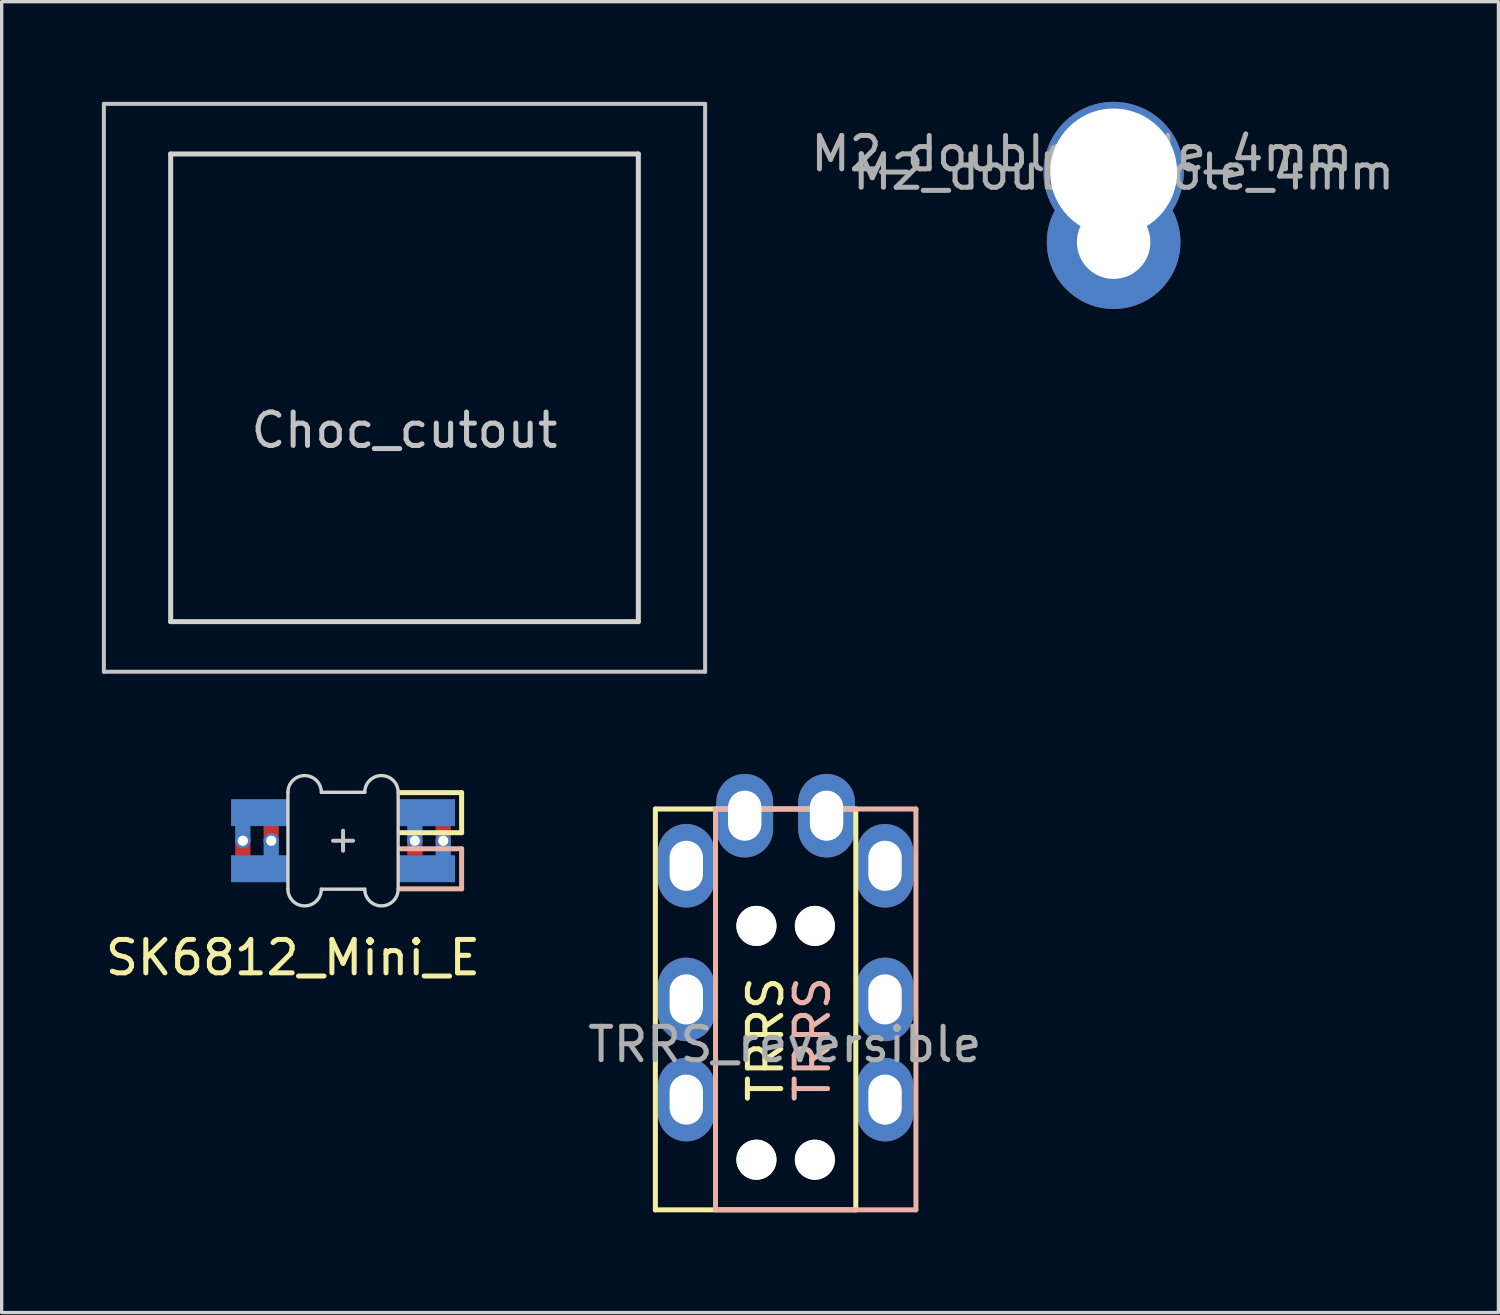
<source format=kicad_pcb>
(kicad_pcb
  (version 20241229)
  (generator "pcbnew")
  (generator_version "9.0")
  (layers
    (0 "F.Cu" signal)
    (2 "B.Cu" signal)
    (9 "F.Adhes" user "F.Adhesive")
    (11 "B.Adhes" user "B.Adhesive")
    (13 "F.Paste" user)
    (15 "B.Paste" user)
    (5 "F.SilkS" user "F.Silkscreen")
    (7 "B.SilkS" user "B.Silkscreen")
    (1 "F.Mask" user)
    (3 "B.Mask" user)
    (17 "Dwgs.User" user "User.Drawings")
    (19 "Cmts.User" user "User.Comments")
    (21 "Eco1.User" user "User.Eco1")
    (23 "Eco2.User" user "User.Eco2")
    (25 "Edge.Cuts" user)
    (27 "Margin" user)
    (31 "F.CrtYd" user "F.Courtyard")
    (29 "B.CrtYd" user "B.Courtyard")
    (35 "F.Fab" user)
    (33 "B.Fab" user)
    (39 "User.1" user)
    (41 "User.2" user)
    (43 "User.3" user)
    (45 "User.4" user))
  (footprint "Choc_cutout"
    (layer "F.Cu")
    (at 9.06 8.56)
    (property "Reference" "Choc_cutout" (at 0 1.27 0) (layer "Dwgs.User") (effects (font (size 1 1) (thickness 0.15))))
    (attr through_hole)
    (fp_line (start -9 -8.5) (end 9 -8.5) (stroke (width 0.12) (type solid)) (layer "Dwgs.User"))
    (fp_line (start -9 8.5) (end -9 -8.5) (stroke (width 0.12) (type solid)) (layer "Dwgs.User"))
    (fp_line (start 9 -8.5) (end 9 8.5) (stroke (width 0.12) (type solid)) (layer "Dwgs.User"))
    (fp_line (start 9 8.5) (end -9 8.5) (stroke (width 0.12) (type solid)) (layer "Dwgs.User"))
    (fp_line (start -7 -7) (end 7 -7) (stroke (width 0.15) (type solid)) (layer "Edge.Cuts"))
    (fp_line (start -7 7) (end -7 -7) (stroke (width 0.15) (type solid)) (layer "Edge.Cuts"))
    (fp_line (start -7 7) (end 7 7) (stroke (width 0.15) (type solid)) (layer "Edge.Cuts"))
    (fp_line (start 7 7) (end 7 -7) (stroke (width 0.15) (type solid)) (layer "Edge.Cuts")))
  (footprint "SK6812_Mini_E"
    (layer "F.Cu")
    (at 7.22 22.12)
    (property "Reference" "SK6812_Mini_E" (at -1.5 3.5 180) (layer "F.SilkS") (effects (font (size 1 1) (thickness 0.15))))
    (attr through_hole)
    (fp_poly (pts (xy -3.3 -1.19) (xy -1.7 -1.19) (xy -1.7 -0.49) (xy -3.3 -0.49)) (stroke (width 0.1) (type solid)) (fill yes) (layer "F.Mask"))
    (fp_poly (pts (xy -3.3 0.49) (xy -1.7 0.49) (xy -1.7 1.19) (xy -3.3 1.19)) (stroke (width 0.1) (type solid)) (fill yes) (layer "F.Mask"))
    (fp_poly (pts (xy 1.7 0.49) (xy 3.3 0.49) (xy 3.3 1.19) (xy 1.7 1.19)) (stroke (width 0.1) (type solid)) (fill yes) (layer "F.Mask"))
    (fp_poly (pts (xy 1.7 -1.19) (xy 3.05 -1.19) (xy 3.3 -0.94) (xy 3.3 -0.49) (xy 1.7 -0.49)) (stroke (width 0.1) (type solid)) (fill yes) (layer "F.Mask"))
    (fp_poly (pts (xy -3.3 -1.19) (xy -1.7 -1.19) (xy -1.7 -0.49) (xy -3.3 -0.49)) (stroke (width 0.1) (type solid)) (fill yes) (layer "B.Mask"))
    (fp_poly (pts (xy -3.3 0.49) (xy -1.7 0.49) (xy -1.7 1.19) (xy -3.3 1.19)) (stroke (width 0.1) (type solid)) (fill yes) (layer "B.Mask"))
    (fp_poly (pts (xy 1.7 -1.19) (xy 3.3 -1.19) (xy 3.3 -0.49) (xy 1.7 -0.49)) (stroke (width 0.1) (type solid)) (fill yes) (layer "B.Mask"))
    (fp_poly (pts (xy 1.7 0.49) (xy 3.3 0.49) (xy 3.3 0.94) (xy 3.05 1.19) (xy 1.7 1.19)) (stroke (width 0.1) (type solid)) (fill yes) (layer "B.Mask"))
    (fp_line (start 3.55 -1.44) (end 1.7 -1.44) (stroke (width 0.15) (type solid)) (layer "F.SilkS"))
    (fp_line (start 3.55 -0.24) (end 1.7 -0.24) (stroke (width 0.15) (type solid)) (layer "F.SilkS"))
    (fp_line (start 3.55 -0.24) (end 3.55 -1.44) (stroke (width 0.15) (type solid)) (layer "F.SilkS"))
    (fp_line (start 1.7 0.24) (end 3.55 0.24) (stroke (width 0.15) (type solid)) (layer "B.SilkS"))
    (fp_line (start 1.7 1.44) (end 3.55 1.44) (stroke (width 0.15) (type solid)) (layer "B.SilkS"))
    (fp_line (start 3.55 1.44) (end 3.55 0.24) (stroke (width 0.15) (type solid)) (layer "B.SilkS"))
    (fp_line (start -0.3 0) (end 0.3 0) (stroke (width 0.12) (type solid)) (layer "Dwgs.User"))
    (fp_line (start 0 0.3) (end 0 -0.3) (stroke (width 0.12) (type solid)) (layer "Dwgs.User"))
    (fp_line (start -1.65 -1.45) (end -1.65 1.45) (stroke (width 0.1) (type solid)) (layer "Edge.Cuts"))
    (fp_line (start -0.65 -1.45) (end 0.65 -1.45) (stroke (width 0.1) (type solid)) (layer "Edge.Cuts"))
    (fp_line (start -0.65 1.45) (end 0.65 1.45) (stroke (width 0.1) (type solid)) (layer "Edge.Cuts"))
    (fp_line (start 1.65 1.45) (end 1.65 -1.45) (stroke (width 0.1) (type solid)) (layer "Edge.Cuts"))
    (fp_arc (start -1.65 -1.45) (mid -1.15 -1.95) (end -0.65 -1.45) (stroke (width 0.1) (type solid)) (layer "Edge.Cuts"))
    (fp_arc (start -0.65 1.45) (mid -1.15 1.95) (end -1.65 1.45) (stroke (width 0.1) (type solid)) (layer "Edge.Cuts"))
    (fp_arc (start 0.65 -1.45) (mid 1.15 -1.95) (end 1.65 -1.45) (stroke (width 0.1) (type solid)) (layer "Edge.Cuts"))
    (fp_arc (start 1.65 1.45) (mid 1.15 1.95) (end 0.65 1.45) (stroke (width 0.1) (type solid)) (layer "Edge.Cuts"))
    (pad "1" thru_hole circle (at -3 0 180) (size 0.457 0.457) (drill 0.305) (layers "*.Cu"))
    (pad "1" smd custom (at -2.5 -0.84) (size 1.7 0.8) (layers "B.Cu") (options (anchor rect)) (primitives (gr_poly (pts (xy -0.322 0.855) (xy -0.678 0.855) (xy -0.678 0.284) (xy -0.322 0.284)) (width 0.1) (fill yes))))
    (pad "1" smd custom (at -2.5 0.84) (size 1.7 0.8) (layers "F.Cu") (options (anchor rect)) (primitives (gr_poly (pts (xy -0.322 -0.232) (xy -0.678 -0.232) (xy -0.678 -0.855) (xy -0.322 -0.855)) (width 0.1) (fill yes))))
    (pad "2" smd custom (at -2.5 -0.84 180) (size 1.7 0.8) (layers "F.Cu") (options (anchor rect)) (primitives (gr_poly (pts (xy -0.172 -0.282) (xy -0.527 -0.282) (xy -0.527 -0.855) (xy -0.172 -0.855)) (width 0.1) (fill yes))))
    (pad "2" smd custom (at -2.5 0.84 180) (size 1.7 0.8) (layers "B.Cu") (options (anchor rect)) (primitives (gr_poly (pts (xy -0.172 0.855) (xy -0.527 0.855) (xy -0.527 0.292) (xy -0.172 0.292)) (width 0.1) (fill yes))))
    (pad "2" thru_hole circle (at -2.15 0 180) (size 0.457 0.457) (drill 0.305) (layers "*.Cu"))
    (pad "3" smd custom (at 2.5 -0.84 180) (size 1.7 0.8) (layers "F.Cu") (options (anchor rect)) (primitives (gr_poly (pts (xy -0.322 -0.322) (xy -0.678 -0.322) (xy -0.678 -0.855) (xy -0.322 -0.855)) (width 0.1) (fill yes))))
    (pad "3" smd custom (at 2.5 0.84 180) (size 1.7 0.8) (layers "B.Cu") (options (anchor rect)) (primitives (gr_poly (pts (xy -0.322 0.855) (xy -0.678 0.855) (xy -0.678 0.144) (xy -0.322 0.144)) (width 0.1) (fill yes))))
    (pad "3" thru_hole circle (at 3 0 180) (size 0.457 0.457) (drill 0.305) (layers "*.Cu"))
    (pad "4" thru_hole circle (at 2.15 0 180) (size 0.457 0.457) (drill 0.305) (layers "*.Cu"))
    (pad "4" smd custom (at 2.5 -0.84) (size 1.7 0.8) (layers "B.Cu") (options (anchor rect)) (primitives (gr_poly (pts (xy -0.172 0.855) (xy -0.528 0.855) (xy -0.528 0.144) (xy -0.172 0.144)) (width 0.1) (fill yes))))
    (pad "4" smd custom (at 2.5 0.84) (size 1.7 0.8) (layers "F.Cu") (options (anchor rect)) (primitives (gr_poly (pts (xy -0.172 -0.127) (xy -0.528 -0.13) (xy -0.528 -0.855) (xy -0.172 -0.858)) (width 0.1) (fill yes)))))
  (footprint "TRRS_reversible"
    (layer "F.Cu")
    (at 20.471 26.82)
    (property "Reference" "TRRS_reversible" (at -0.025 1.4 0) (layer "F.Fab") (effects (font (size 1 1) (thickness 0.15))))
    (fp_line (start -3.9 -5.65) (end 2.1 -5.65) (stroke (width 0.15) (type solid)) (layer "F.SilkS"))
    (fp_line (start -3.9 6.35) (end -3.9 -5.65) (stroke (width 0.15) (type solid)) (layer "F.SilkS"))
    (fp_line (start 2.1 -5.65) (end 2.1 6.35) (stroke (width 0.15) (type solid)) (layer "F.SilkS"))
    (fp_line (start 2.1 6.35) (end -3.9 6.35) (stroke (width 0.15) (type solid)) (layer "F.SilkS"))
    (fp_line (start -2.1 -5.65) (end 3.9 -5.65) (stroke (width 0.15) (type solid)) (layer "B.SilkS"))
    (fp_line (start -2.1 6.35) (end -2.1 -5.65) (stroke (width 0.15) (type solid)) (layer "B.SilkS"))
    (fp_line (start 3.9 -5.65) (end 3.9 6.35) (stroke (width 0.15) (type solid)) (layer "B.SilkS"))
    (fp_line (start 3.9 6.35) (end -2.1 6.35) (stroke (width 0.15) (type solid)) (layer "B.SilkS"))
    (fp_text user "TRRS" (at -0.6 3.2 90) (layer "F.SilkS") (effects (font (size 1 1) (thickness 0.15)) (justify left)))
    (fp_text user "TRRS" (at 0.8 3.2 270) (layer "B.SilkS") (effects (font (size 1 1) (thickness 0.15)) (justify left)))
    (pad "" np_thru_hole circle (at -0.875 -2.15 180) (size 1.2 1.2) (drill 1.2) (layers "*.Cu" "*.Mask" "F.SilkS"))
    (pad "" np_thru_hole circle (at -0.875 4.85 180) (size 1.2 1.2) (drill 1.2) (layers "*.Cu" "*.Mask" "F.SilkS"))
    (pad "" np_thru_hole circle (at 0.875 -2.15 180) (size 1.2 1.2) (drill 1.2) (layers "*.Cu" "*.Mask" "B.SilkS"))
    (pad "" np_thru_hole circle (at 0.875 4.85 180) (size 1.2 1.2) (drill 1.2) (layers "*.Cu" "*.Mask" "B.SilkS"))
    (pad "A" thru_hole oval (at -1.225 -5.45 180) (size 1.7 2.5) (drill oval 1 1.5) (layers "*.Cu" "F.Mask"))
    (pad "A" thru_hole oval (at 1.225 -5.45 180) (size 1.7 2.5) (drill oval 1 1.5) (layers "*.Cu" "B.Mask"))
    (pad "B" thru_hole oval (at -2.975 3.05 180) (size 1.7 2.5) (drill oval 1 1.5) (layers "*.Cu" "B.Mask"))
    (pad "B" thru_hole oval (at 2.975 3.05 180) (size 1.7 2.5) (drill oval 1 1.5) (layers "*.Cu" "F.Mask"))
    (pad "C" thru_hole oval (at -2.975 0.05 180) (size 1.7 2.5) (drill oval 1 1.5) (layers "*.Cu" "B.Mask"))
    (pad "C" thru_hole oval (at 2.975 0.05 180) (size 1.7 2.5) (drill oval 1 1.5) (layers "*.Cu" "F.Mask"))
    (pad "D" thru_hole oval (at -2.975 -3.95 180) (size 1.7 2.5) (drill oval 1 1.5) (layers "*.Cu" "B.Mask"))
    (pad "D" thru_hole oval (at 2.975 -3.95 180) (size 1.7 2.5) (drill oval 1 1.5) (layers "*.Cu" "F.Mask")))
  (footprint "M2_double_hole_4mm"
    (layer "F.Cu")
    (at 30.29 2.1)
    (property "Reference" "M2_double_hole_4mm" (at -0.95 -0.55 0) (layer "F.Fab") (effects (font (size 1 1) (thickness 0.15))))
    (attr exclude_from_pos_files exclude_from_bom)
    (fp_text user "${REFERENCE}" (at 0.3 0 0) (layer "F.Fab") (effects (font (size 1 1) (thickness 0.15))))
    (pad "" thru_hole circle (at 0 0) (size 4.2 4.2) (drill 3.8) (layers "*.Cu" "*.Mask"))
    (pad "" thru_hole circle (at 0 2.1) (size 4 4) (drill 2.2) (layers "*.Cu" "*.Mask")))
  (gr_rect
    (start -3 -3)
    (end 41.81 36.245)
    (stroke (width 0.1) (type default))
    (fill no)
    (layer "Edge.Cuts")))
</source>
